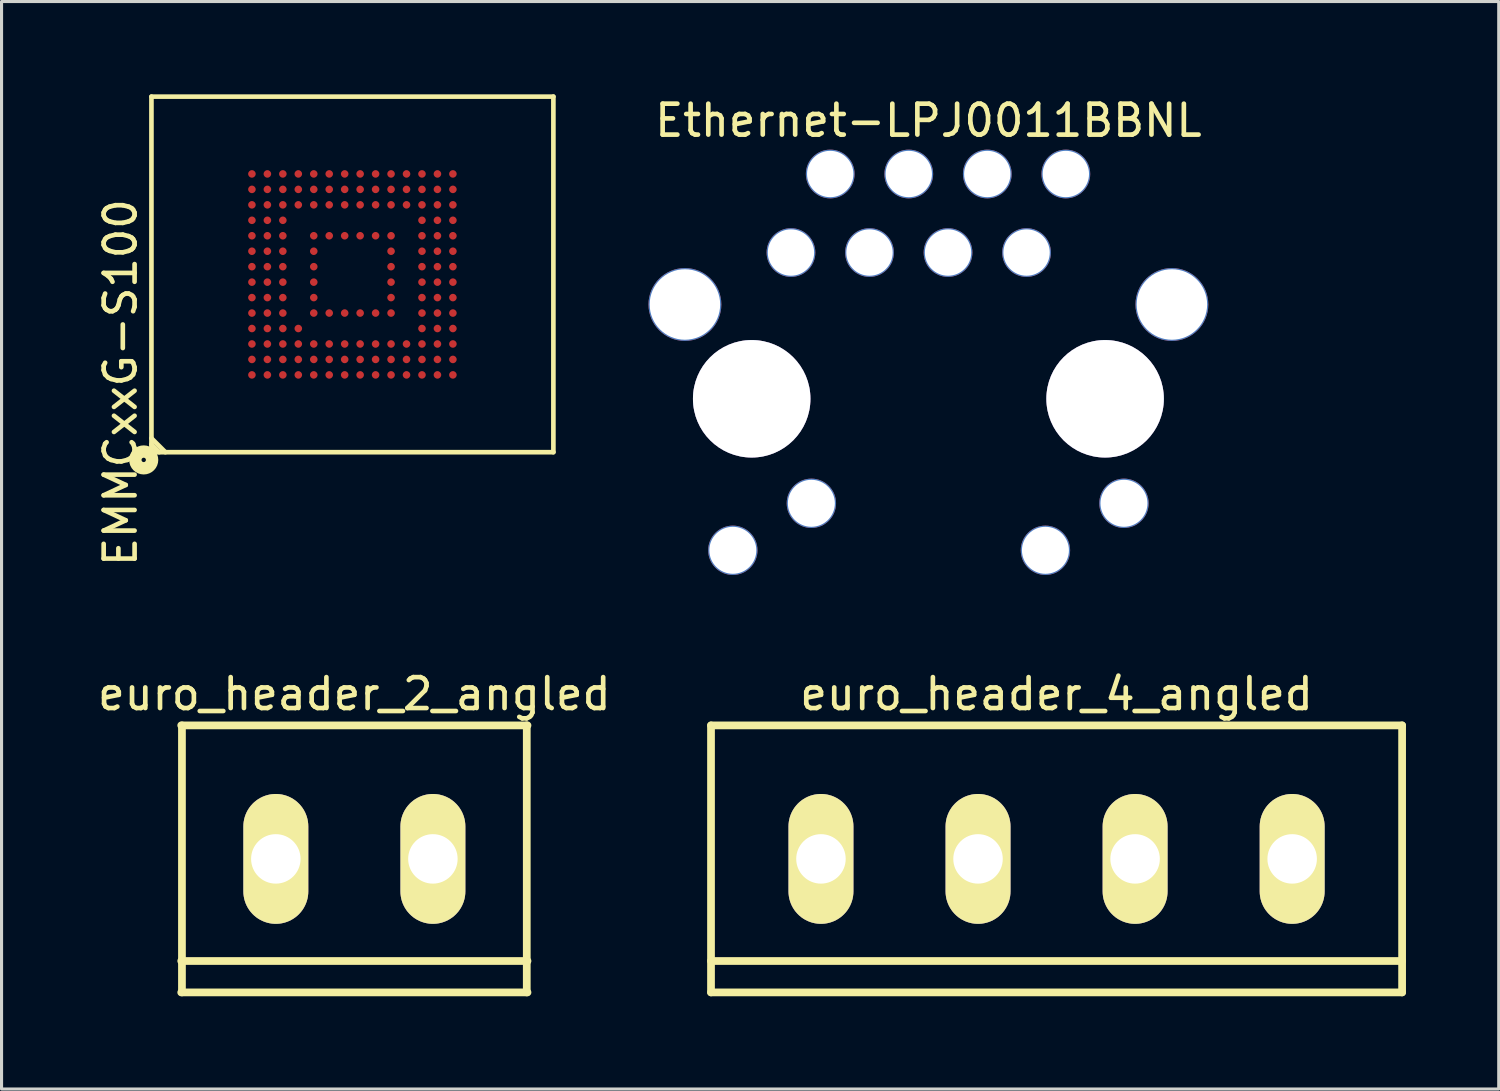
<source format=kicad_pcb>
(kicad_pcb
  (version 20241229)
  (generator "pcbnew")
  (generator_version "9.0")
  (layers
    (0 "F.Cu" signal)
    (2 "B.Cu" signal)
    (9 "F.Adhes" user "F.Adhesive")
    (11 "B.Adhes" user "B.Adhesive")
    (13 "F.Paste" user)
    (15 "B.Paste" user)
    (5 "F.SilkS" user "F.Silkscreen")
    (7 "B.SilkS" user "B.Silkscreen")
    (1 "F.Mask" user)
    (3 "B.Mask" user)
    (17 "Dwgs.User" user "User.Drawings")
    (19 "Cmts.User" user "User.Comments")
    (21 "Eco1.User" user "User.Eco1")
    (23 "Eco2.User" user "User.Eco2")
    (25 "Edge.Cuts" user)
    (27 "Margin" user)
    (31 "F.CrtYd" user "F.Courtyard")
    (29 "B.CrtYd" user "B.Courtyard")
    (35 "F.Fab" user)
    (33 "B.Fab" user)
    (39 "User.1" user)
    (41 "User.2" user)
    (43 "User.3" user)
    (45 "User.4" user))
  (footprint "euro_header_2_angled"
    (layer "F.Cu")
    (at 8.411 24.729)
    (property "Reference" "euro_header_2_angled" (at 0 -5.334 0) (layer "F.SilkS") (effects (font (size 1 1) (thickness 0.15))))
    (attr through_hole)
    (fp_line (start -5.6 3.302) (end 5.6 3.302) (stroke (width 0.25) (type solid)) (layer "F.SilkS"))
    (fp_line (start -5.6 4.318) (end 5.6 4.318) (stroke (width 0.25) (type solid)) (layer "F.SilkS"))
    (fp_line (start -5.576 -4.318) (end -5.576 4.318) (stroke (width 0.25) (type solid)) (layer "F.SilkS"))
    (fp_line (start 5.576 4.318) (end 5.576 -4.318) (stroke (width 0.25) (type solid)) (layer "F.SilkS"))
    (fp_line (start 5.6 -4.318) (end -5.6 -4.318) (stroke (width 0.25) (type solid)) (layer "F.SilkS"))
    (pad "1" thru_hole oval (at -2.54 0) (size 2.1 4.2) (drill 1.6) (layers "*.Cu" "*.Mask" "F.SilkS"))
    (pad "2" thru_hole oval (at 2.54 0) (size 2.1 4.2) (drill 1.6) (layers "*.Cu" "*.Mask" "F.SilkS")))
  (footprint "EMMCxxG-S100"
    (layer "F.Cu")
    (at 5.098 9.075)
    (property "Reference" "EMMCxxG-S100" (at -4.25 0.25 90) (layer "F.SilkS") (effects (font (size 1 1) (thickness 0.15))))
    (attr smd)
    (fp_line (start -3.25 -9) (end -3.25 2.5) (stroke (width 0.15) (type solid)) (layer "F.SilkS"))
    (fp_line (start -3.25 2.5) (end 9.75 2.5) (stroke (width 0.15) (type solid)) (layer "F.SilkS"))
    (fp_line (start -3 2.5) (end -3.25 2.25) (stroke (width 0.15) (type solid)) (layer "F.SilkS"))
    (fp_line (start -2.8 2.5) (end -3.25 2.05) (stroke (width 0.15) (type solid)) (layer "F.SilkS"))
    (fp_line (start 9.75 -9) (end -3.25 -9) (stroke (width 0.15) (type solid)) (layer "F.SilkS"))
    (fp_line (start 9.75 2.5) (end 9.75 -9) (stroke (width 0.15) (type solid)) (layer "F.SilkS"))
    (fp_circle (center -3.5 2.75) (end -3.45 2.8) (stroke (width 0.4) (type solid)) (fill no) (layer "F.SilkS"))
    (pad "A1" smd circle (at 0 0 180) (size 0.244 0.244) (layers "F.Cu" "F.Mask" "F.Paste"))
    (pad "A2" smd circle (at 0 -0.5 180) (size 0.244 0.244) (layers "F.Cu" "F.Mask" "F.Paste"))
    (pad "A3" smd circle (at 0 -1 180) (size 0.244 0.244) (layers "F.Cu" "F.Mask" "F.Paste"))
    (pad "A4" smd circle (at 0 -1.5 180) (size 0.244 0.244) (layers "F.Cu" "F.Mask" "F.Paste"))
    (pad "A5" smd circle (at 0 -2 180) (size 0.244 0.244) (layers "F.Cu" "F.Mask" "F.Paste"))
    (pad "A6" smd circle (at 0 -2.5 180) (size 0.244 0.244) (layers "F.Cu" "F.Mask" "F.Paste"))
    (pad "A7" smd circle (at 0 -3 180) (size 0.244 0.244) (layers "F.Cu" "F.Mask" "F.Paste"))
    (pad "A8" smd circle (at 0 -3.5 180) (size 0.244 0.244) (layers "F.Cu" "F.Mask" "F.Paste"))
    (pad "A9" smd circle (at 0 -4 180) (size 0.244 0.244) (layers "F.Cu" "F.Mask" "F.Paste"))
    (pad "A10" smd circle (at 0 -4.5 180) (size 0.244 0.244) (layers "F.Cu" "F.Mask" "F.Paste"))
    (pad "A11" smd circle (at 0 -5 180) (size 0.244 0.244) (layers "F.Cu" "F.Mask" "F.Paste"))
    (pad "A12" smd circle (at 0 -5.5 180) (size 0.244 0.244) (layers "F.Cu" "F.Mask" "F.Paste"))
    (pad "A13" smd circle (at 0 -6 180) (size 0.244 0.244) (layers "F.Cu" "F.Mask" "F.Paste"))
    (pad "A14" smd circle (at 0 -6.5 180) (size 0.244 0.244) (layers "F.Cu" "F.Mask" "F.Paste"))
    (pad "B1" smd circle (at 0.5 0 180) (size 0.244 0.244) (layers "F.Cu" "F.Mask" "F.Paste"))
    (pad "B2" smd circle (at 0.5 -0.5 180) (size 0.244 0.244) (layers "F.Cu" "F.Mask" "F.Paste"))
    (pad "B3" smd circle (at 0.5 -1 180) (size 0.244 0.244) (layers "F.Cu" "F.Mask" "F.Paste"))
    (pad "B4" smd circle (at 0.5 -1.5 180) (size 0.244 0.244) (layers "F.Cu" "F.Mask" "F.Paste"))
    (pad "B5" smd circle (at 0.5 -2 180) (size 0.244 0.244) (layers "F.Cu" "F.Mask" "F.Paste"))
    (pad "B6" smd circle (at 0.5 -2.5 180) (size 0.244 0.244) (layers "F.Cu" "F.Mask" "F.Paste"))
    (pad "B7" smd circle (at 0.5 -3 180) (size 0.244 0.244) (layers "F.Cu" "F.Mask" "F.Paste"))
    (pad "B8" smd circle (at 0.5 -3.5 180) (size 0.244 0.244) (layers "F.Cu" "F.Mask" "F.Paste"))
    (pad "B9" smd circle (at 0.5 -4 180) (size 0.244 0.244) (layers "F.Cu" "F.Mask" "F.Paste"))
    (pad "B10" smd circle (at 0.5 -4.5 180) (size 0.244 0.244) (layers "F.Cu" "F.Mask" "F.Paste"))
    (pad "B11" smd circle (at 0.5 -5 180) (size 0.244 0.244) (layers "F.Cu" "F.Mask" "F.Paste"))
    (pad "B12" smd circle (at 0.5 -5.5 180) (size 0.244 0.244) (layers "F.Cu" "F.Mask" "F.Paste"))
    (pad "B13" smd circle (at 0.5 -6 180) (size 0.244 0.244) (layers "F.Cu" "F.Mask" "F.Paste"))
    (pad "B14" smd circle (at 0.5 -6.5 180) (size 0.244 0.244) (layers "F.Cu" "F.Mask" "F.Paste"))
    (pad "C1" smd circle (at 1 0 180) (size 0.244 0.244) (layers "F.Cu" "F.Mask" "F.Paste"))
    (pad "C2" smd circle (at 1 -0.5 180) (size 0.244 0.244) (layers "F.Cu" "F.Mask" "F.Paste"))
    (pad "C3" smd circle (at 1 -1 180) (size 0.244 0.244) (layers "F.Cu" "F.Mask" "F.Paste"))
    (pad "C4" smd circle (at 1 -1.5 180) (size 0.244 0.244) (layers "F.Cu" "F.Mask" "F.Paste"))
    (pad "C5" smd circle (at 1 -2 180) (size 0.244 0.244) (layers "F.Cu" "F.Mask" "F.Paste"))
    (pad "C6" smd circle (at 1 -2.5 180) (size 0.244 0.244) (layers "F.Cu" "F.Mask" "F.Paste"))
    (pad "C7" smd circle (at 1 -3 180) (size 0.244 0.244) (layers "F.Cu" "F.Mask" "F.Paste"))
    (pad "C8" smd circle (at 1 -3.5 180) (size 0.244 0.244) (layers "F.Cu" "F.Mask" "F.Paste"))
    (pad "C9" smd circle (at 1 -4 180) (size 0.244 0.244) (layers "F.Cu" "F.Mask" "F.Paste"))
    (pad "C10" smd circle (at 1 -4.5 180) (size 0.244 0.244) (layers "F.Cu" "F.Mask" "F.Paste"))
    (pad "C11" smd circle (at 1 -5 180) (size 0.244 0.244) (layers "F.Cu" "F.Mask" "F.Paste"))
    (pad "C12" smd circle (at 1 -5.5 180) (size 0.244 0.244) (layers "F.Cu" "F.Mask" "F.Paste"))
    (pad "C13" smd circle (at 1 -6 180) (size 0.244 0.244) (layers "F.Cu" "F.Mask" "F.Paste"))
    (pad "C14" smd circle (at 1 -6.5 180) (size 0.244 0.244) (layers "F.Cu" "F.Mask" "F.Paste"))
    (pad "D1" smd circle (at 1.5 0 180) (size 0.244 0.244) (layers "F.Cu" "F.Mask" "F.Paste"))
    (pad "D2" smd circle (at 1.5 -0.5 180) (size 0.244 0.244) (layers "F.Cu" "F.Mask" "F.Paste"))
    (pad "D3" smd circle (at 1.5 -1 180) (size 0.244 0.244) (layers "F.Cu" "F.Mask" "F.Paste"))
    (pad "D4" smd circle (at 1.5 -1.5 180) (size 0.244 0.244) (layers "F.Cu" "F.Mask" "F.Paste"))
    (pad "D12" smd circle (at 1.5 -5.5 180) (size 0.244 0.244) (layers "F.Cu" "F.Mask" "F.Paste"))
    (pad "D13" smd circle (at 1.5 -6 180) (size 0.244 0.244) (layers "F.Cu" "F.Mask" "F.Paste"))
    (pad "D14" smd circle (at 1.5 -6.5 180) (size 0.244 0.244) (layers "F.Cu" "F.Mask" "F.Paste"))
    (pad "E1" smd circle (at 2 0 180) (size 0.244 0.244) (layers "F.Cu" "F.Mask" "F.Paste"))
    (pad "E2" smd circle (at 2 -0.5 180) (size 0.244 0.244) (layers "F.Cu" "F.Mask" "F.Paste"))
    (pad "E3" smd circle (at 2 -1 180) (size 0.244 0.244) (layers "F.Cu" "F.Mask" "F.Paste"))
    (pad "E5" smd circle (at 2 -2 180) (size 0.244 0.244) (layers "F.Cu" "F.Mask" "F.Paste"))
    (pad "E6" smd circle (at 2 -2.5 180) (size 0.244 0.244) (layers "F.Cu" "F.Mask" "F.Paste"))
    (pad "E7" smd circle (at 2 -3 180) (size 0.244 0.244) (layers "F.Cu" "F.Mask" "F.Paste"))
    (pad "E8" smd circle (at 2 -3.5 180) (size 0.244 0.244) (layers "F.Cu" "F.Mask" "F.Paste"))
    (pad "E9" smd circle (at 2 -4 180) (size 0.244 0.244) (layers "F.Cu" "F.Mask" "F.Paste"))
    (pad "E10" smd circle (at 2 -4.5 180) (size 0.244 0.244) (layers "F.Cu" "F.Mask" "F.Paste"))
    (pad "E12" smd circle (at 2 -5.5 180) (size 0.244 0.244) (layers "F.Cu" "F.Mask" "F.Paste"))
    (pad "E13" smd circle (at 2 -6 180) (size 0.244 0.244) (layers "F.Cu" "F.Mask" "F.Paste"))
    (pad "E14" smd circle (at 2 -6.5 180) (size 0.244 0.244) (layers "F.Cu" "F.Mask" "F.Paste"))
    (pad "F1" smd circle (at 2.5 0 180) (size 0.244 0.244) (layers "F.Cu" "F.Mask" "F.Paste"))
    (pad "F2" smd circle (at 2.5 -0.5 180) (size 0.244 0.244) (layers "F.Cu" "F.Mask" "F.Paste"))
    (pad "F3" smd circle (at 2.5 -1 180) (size 0.244 0.244) (layers "F.Cu" "F.Mask" "F.Paste"))
    (pad "F5" smd circle (at 2.5 -2 180) (size 0.244 0.244) (layers "F.Cu" "F.Mask" "F.Paste"))
    (pad "F10" smd circle (at 2.5 -4.5 180) (size 0.244 0.244) (layers "F.Cu" "F.Mask" "F.Paste"))
    (pad "F12" smd circle (at 2.5 -5.5 180) (size 0.244 0.244) (layers "F.Cu" "F.Mask" "F.Paste"))
    (pad "F13" smd circle (at 2.5 -6 180) (size 0.244 0.244) (layers "F.Cu" "F.Mask" "F.Paste"))
    (pad "F14" smd circle (at 2.5 -6.5 180) (size 0.244 0.244) (layers "F.Cu" "F.Mask" "F.Paste"))
    (pad "G1" smd circle (at 3 0 180) (size 0.244 0.244) (layers "F.Cu" "F.Mask" "F.Paste"))
    (pad "G2" smd circle (at 3 -0.5 180) (size 0.244 0.244) (layers "F.Cu" "F.Mask" "F.Paste"))
    (pad "G3" smd circle (at 3 -1 180) (size 0.244 0.244) (layers "F.Cu" "F.Mask" "F.Paste"))
    (pad "G5" smd circle (at 3 -2 180) (size 0.244 0.244) (layers "F.Cu" "F.Mask" "F.Paste"))
    (pad "G10" smd circle (at 3 -4.5 180) (size 0.244 0.244) (layers "F.Cu" "F.Mask" "F.Paste"))
    (pad "G12" smd circle (at 3 -5.5 180) (size 0.244 0.244) (layers "F.Cu" "F.Mask" "F.Paste"))
    (pad "G13" smd circle (at 3 -6 180) (size 0.244 0.244) (layers "F.Cu" "F.Mask" "F.Paste"))
    (pad "G14" smd circle (at 3 -6.5 180) (size 0.244 0.244) (layers "F.Cu" "F.Mask" "F.Paste"))
    (pad "H1" smd circle (at 3.5 0 180) (size 0.244 0.244) (layers "F.Cu" "F.Mask" "F.Paste"))
    (pad "H2" smd circle (at 3.5 -0.5 180) (size 0.244 0.244) (layers "F.Cu" "F.Mask" "F.Paste"))
    (pad "H3" smd circle (at 3.5 -1 180) (size 0.244 0.244) (layers "F.Cu" "F.Mask" "F.Paste"))
    (pad "H5" smd circle (at 3.5 -2 180) (size 0.244 0.244) (layers "F.Cu" "F.Mask" "F.Paste"))
    (pad "H10" smd circle (at 3.5 -4.5 180) (size 0.244 0.244) (layers "F.Cu" "F.Mask" "F.Paste"))
    (pad "H12" smd circle (at 3.5 -5.5 180) (size 0.244 0.244) (layers "F.Cu" "F.Mask" "F.Paste"))
    (pad "H13" smd circle (at 3.5 -6 180) (size 0.244 0.244) (layers "F.Cu" "F.Mask" "F.Paste"))
    (pad "H14" smd circle (at 3.5 -6.5 180) (size 0.244 0.244) (layers "F.Cu" "F.Mask" "F.Paste"))
    (pad "J1" smd circle (at 4 0 180) (size 0.244 0.244) (layers "F.Cu" "F.Mask" "F.Paste"))
    (pad "J2" smd circle (at 4 -0.5 180) (size 0.244 0.244) (layers "F.Cu" "F.Mask" "F.Paste"))
    (pad "J3" smd circle (at 4 -1 180) (size 0.244 0.244) (layers "F.Cu" "F.Mask" "F.Paste"))
    (pad "J5" smd circle (at 4 -2 180) (size 0.244 0.244) (layers "F.Cu" "F.Mask" "F.Paste"))
    (pad "J10" smd circle (at 4 -4.5 180) (size 0.244 0.244) (layers "F.Cu" "F.Mask" "F.Paste"))
    (pad "J12" smd circle (at 4 -5.5 180) (size 0.244 0.244) (layers "F.Cu" "F.Mask" "F.Paste"))
    (pad "J13" smd circle (at 4 -6 180) (size 0.244 0.244) (layers "F.Cu" "F.Mask" "F.Paste"))
    (pad "J14" smd circle (at 4 -6.5 180) (size 0.244 0.244) (layers "F.Cu" "F.Mask" "F.Paste"))
    (pad "K1" smd circle (at 4.5 0 180) (size 0.244 0.244) (layers "F.Cu" "F.Mask" "F.Paste"))
    (pad "K2" smd circle (at 4.5 -0.5 180) (size 0.244 0.244) (layers "F.Cu" "F.Mask" "F.Paste"))
    (pad "K3" smd circle (at 4.5 -1 180) (size 0.244 0.244) (layers "F.Cu" "F.Mask" "F.Paste"))
    (pad "K5" smd circle (at 4.5 -2 180) (size 0.244 0.244) (layers "F.Cu" "F.Mask" "F.Paste"))
    (pad "K6" smd circle (at 4.5 -2.5 180) (size 0.244 0.244) (layers "F.Cu" "F.Mask" "F.Paste"))
    (pad "K7" smd circle (at 4.5 -3 180) (size 0.244 0.244) (layers "F.Cu" "F.Mask" "F.Paste"))
    (pad "K8" smd circle (at 4.5 -3.5 180) (size 0.244 0.244) (layers "F.Cu" "F.Mask" "F.Paste"))
    (pad "K9" smd circle (at 4.5 -4 180) (size 0.244 0.244) (layers "F.Cu" "F.Mask" "F.Paste"))
    (pad "K10" smd circle (at 4.5 -4.5 180) (size 0.244 0.244) (layers "F.Cu" "F.Mask" "F.Paste"))
    (pad "K12" smd circle (at 4.5 -5.5 180) (size 0.244 0.244) (layers "F.Cu" "F.Mask" "F.Paste"))
    (pad "K13" smd circle (at 4.5 -6 180) (size 0.244 0.244) (layers "F.Cu" "F.Mask" "F.Paste"))
    (pad "K14" smd circle (at 4.5 -6.5 180) (size 0.244 0.244) (layers "F.Cu" "F.Mask" "F.Paste"))
    (pad "L1" smd circle (at 5 0 180) (size 0.244 0.244) (layers "F.Cu" "F.Mask" "F.Paste"))
    (pad "L2" smd circle (at 5 -0.5 180) (size 0.244 0.244) (layers "F.Cu" "F.Mask" "F.Paste"))
    (pad "L3" smd circle (at 5 -1 180) (size 0.244 0.244) (layers "F.Cu" "F.Mask" "F.Paste"))
    (pad "L12" smd circle (at 5 -5.5 180) (size 0.244 0.244) (layers "F.Cu" "F.Mask" "F.Paste"))
    (pad "L13" smd circle (at 5 -6 180) (size 0.244 0.244) (layers "F.Cu" "F.Mask" "F.Paste"))
    (pad "L14" smd circle (at 5 -6.5 180) (size 0.244 0.244) (layers "F.Cu" "F.Mask" "F.Paste"))
    (pad "M1" smd circle (at 5.5 0 180) (size 0.244 0.244) (layers "F.Cu" "F.Mask" "F.Paste"))
    (pad "M2" smd circle (at 5.5 -0.5 180) (size 0.244 0.244) (layers "F.Cu" "F.Mask" "F.Paste"))
    (pad "M3" smd circle (at 5.5 -1 180) (size 0.244 0.244) (layers "F.Cu" "F.Mask" "F.Paste"))
    (pad "M4" smd circle (at 5.5 -1.5 180) (size 0.244 0.244) (layers "F.Cu" "F.Mask" "F.Paste"))
    (pad "M5" smd circle (at 5.5 -2 180) (size 0.244 0.244) (layers "F.Cu" "F.Mask" "F.Paste"))
    (pad "M6" smd circle (at 5.5 -2.5 180) (size 0.244 0.244) (layers "F.Cu" "F.Mask" "F.Paste"))
    (pad "M7" smd circle (at 5.5 -3 180) (size 0.244 0.244) (layers "F.Cu" "F.Mask" "F.Paste"))
    (pad "M8" smd circle (at 5.5 -3.5 180) (size 0.244 0.244) (layers "F.Cu" "F.Mask" "F.Paste"))
    (pad "M9" smd circle (at 5.5 -4 180) (size 0.244 0.244) (layers "F.Cu" "F.Mask" "F.Paste"))
    (pad "M10" smd circle (at 5.5 -4.5 180) (size 0.244 0.244) (layers "F.Cu" "F.Mask" "F.Paste"))
    (pad "M11" smd circle (at 5.5 -5 180) (size 0.244 0.244) (layers "F.Cu" "F.Mask" "F.Paste"))
    (pad "M12" smd circle (at 5.5 -5.5 180) (size 0.244 0.244) (layers "F.Cu" "F.Mask" "F.Paste"))
    (pad "M13" smd circle (at 5.5 -6 180) (size 0.244 0.244) (layers "F.Cu" "F.Mask" "F.Paste"))
    (pad "M14" smd circle (at 5.5 -6.5 180) (size 0.244 0.244) (layers "F.Cu" "F.Mask" "F.Paste"))
    (pad "N1" smd circle (at 6 0 180) (size 0.244 0.244) (layers "F.Cu" "F.Mask" "F.Paste"))
    (pad "N2" smd circle (at 6 -0.5 180) (size 0.244 0.244) (layers "F.Cu" "F.Mask" "F.Paste"))
    (pad "N3" smd circle (at 6 -1 180) (size 0.244 0.244) (layers "F.Cu" "F.Mask" "F.Paste"))
    (pad "N4" smd circle (at 6 -1.5 180) (size 0.244 0.244) (layers "F.Cu" "F.Mask" "F.Paste"))
    (pad "N5" smd circle (at 6 -2 180) (size 0.244 0.244) (layers "F.Cu" "F.Mask" "F.Paste"))
    (pad "N6" smd circle (at 6 -2.5 180) (size 0.244 0.244) (layers "F.Cu" "F.Mask" "F.Paste"))
    (pad "N7" smd circle (at 6 -3 180) (size 0.244 0.244) (layers "F.Cu" "F.Mask" "F.Paste"))
    (pad "N8" smd circle (at 6 -3.5 180) (size 0.244 0.244) (layers "F.Cu" "F.Mask" "F.Paste"))
    (pad "N9" smd circle (at 6 -4 180) (size 0.244 0.244) (layers "F.Cu" "F.Mask" "F.Paste"))
    (pad "N10" smd circle (at 6 -4.5 180) (size 0.244 0.244) (layers "F.Cu" "F.Mask" "F.Paste"))
    (pad "N11" smd circle (at 6 -5 180) (size 0.244 0.244) (layers "F.Cu" "F.Mask" "F.Paste"))
    (pad "N12" smd circle (at 6 -5.5 180) (size 0.244 0.244) (layers "F.Cu" "F.Mask" "F.Paste"))
    (pad "N13" smd circle (at 6 -6 180) (size 0.244 0.244) (layers "F.Cu" "F.Mask" "F.Paste"))
    (pad "N14" smd circle (at 6 -6.5 180) (size 0.244 0.244) (layers "F.Cu" "F.Mask" "F.Paste"))
    (pad "P1" smd circle (at 6.5 0 180) (size 0.244 0.244) (layers "F.Cu" "F.Mask" "F.Paste"))
    (pad "P2" smd circle (at 6.5 -0.5 180) (size 0.244 0.244) (layers "F.Cu" "F.Mask" "F.Paste"))
    (pad "P3" smd circle (at 6.5 -1 180) (size 0.244 0.244) (layers "F.Cu" "F.Mask" "F.Paste"))
    (pad "P4" smd circle (at 6.5 -1.5 180) (size 0.244 0.244) (layers "F.Cu" "F.Mask" "F.Paste"))
    (pad "P5" smd circle (at 6.5 -2 180) (size 0.244 0.244) (layers "F.Cu" "F.Mask" "F.Paste"))
    (pad "P6" smd circle (at 6.5 -2.5 180) (size 0.244 0.244) (layers "F.Cu" "F.Mask" "F.Paste"))
    (pad "P7" smd circle (at 6.5 -3 180) (size 0.244 0.244) (layers "F.Cu" "F.Mask" "F.Paste"))
    (pad "P8" smd circle (at 6.5 -3.5 180) (size 0.244 0.244) (layers "F.Cu" "F.Mask" "F.Paste"))
    (pad "P9" smd circle (at 6.5 -4 180) (size 0.244 0.244) (layers "F.Cu" "F.Mask" "F.Paste"))
    (pad "P10" smd circle (at 6.5 -4.5 180) (size 0.244 0.244) (layers "F.Cu" "F.Mask" "F.Paste"))
    (pad "P11" smd circle (at 6.5 -5 180) (size 0.244 0.244) (layers "F.Cu" "F.Mask" "F.Paste"))
    (pad "P12" smd circle (at 6.5 -5.5 180) (size 0.244 0.244) (layers "F.Cu" "F.Mask" "F.Paste"))
    (pad "P13" smd circle (at 6.5 -6 180) (size 0.244 0.244) (layers "F.Cu" "F.Mask" "F.Paste"))
    (pad "P14" smd circle (at 6.5 -6.5 180) (size 0.244 0.244) (layers "F.Cu" "F.Mask" "F.Paste")))
  (footprint "Ethernet-LPJ0011BBNL"
    (layer "F.Cu")
    (at 26.977 9.848)
    (property "Reference" "Ethernet-LPJ0011BBNL" (at 0 -9 0) (layer "F.SilkS") (effects (font (size 1 1) (thickness 0.15))))
    (attr through_hole)
    (pad "" thru_hole circle (at -5.715 0) (size 3.8 3.8) (drill 3.8) (layers "*.Cu" "*.Mask"))
    (pad "" thru_hole circle (at 5.715 0) (size 3.8 3.8) (drill 3.8) (layers "*.Cu" "*.Mask"))
    (pad "1" thru_hole circle (at -4.445 -4.73) (size 1.577 1.577) (drill 1.5) (layers "*.Cu" "*.Mask"))
    (pad "2" thru_hole circle (at -3.175 -7.27) (size 1.577 1.577) (drill 1.5) (layers "*.Cu" "*.Mask"))
    (pad "3" thru_hole circle (at -1.905 -4.73) (size 1.577 1.577) (drill 1.5) (layers "*.Cu" "*.Mask"))
    (pad "4" thru_hole circle (at -0.635 -7.27) (size 1.577 1.577) (drill 1.5) (layers "*.Cu" "*.Mask"))
    (pad "5" thru_hole circle (at 0.635 -4.73) (size 1.577 1.577) (drill 1.5) (layers "*.Cu" "*.Mask"))
    (pad "6" thru_hole circle (at 1.905 -7.27) (size 1.577 1.577) (drill 1.5) (layers "*.Cu" "*.Mask"))
    (pad "7" thru_hole circle (at 3.175 -4.73) (size 1.577 1.577) (drill 1.5) (layers "*.Cu" "*.Mask"))
    (pad "8" thru_hole circle (at 4.445 -7.27) (size 1.577 1.577) (drill 1.5) (layers "*.Cu" "*.Mask"))
    (pad "9" thru_hole circle (at -6.325 4.9) (size 1.597 1.597) (drill 1.52) (layers "*.Cu" "*.Mask"))
    (pad "10" thru_hole circle (at -3.785 3.38) (size 1.597 1.597) (drill 1.52) (layers "*.Cu" "*.Mask"))
    (pad "11" thru_hole circle (at 3.785 4.9) (size 1.597 1.597) (drill 1.52) (layers "*.Cu" "*.Mask"))
    (pad "12" thru_hole circle (at 6.325 3.38) (size 1.597 1.597) (drill 1.52) (layers "*.Cu" "*.Mask"))
    (pad "13" thru_hole circle (at -7.875 -3.05) (size 2.357 2.357) (drill 2.28) (layers "*.Cu" "*.Mask"))
    (pad "14" thru_hole circle (at 7.875 -3.05) (size 2.357 2.357) (drill 2.28) (layers "*.Cu" "*.Mask")))
  (footprint "euro_header_4_angled"
    (layer "F.Cu")
    (at 31.122 24.729)
    (property "Reference" "euro_header_4_angled" (at 0 -5.334 0) (layer "F.SilkS") (effects (font (size 1 1) (thickness 0.15))))
    (attr through_hole)
    (fp_line (start -11.176 -4.318) (end -11.176 4.318) (stroke (width 0.25) (type solid)) (layer "F.SilkS"))
    (fp_line (start -11.176 3.302) (end 11.176 3.302) (stroke (width 0.25) (type solid)) (layer "F.SilkS"))
    (fp_line (start -11.176 4.318) (end 11.176 4.318) (stroke (width 0.25) (type solid)) (layer "F.SilkS"))
    (fp_line (start 11.176 -4.318) (end -11.176 -4.318) (stroke (width 0.25) (type solid)) (layer "F.SilkS"))
    (fp_line (start 11.176 4.318) (end 11.176 -4.318) (stroke (width 0.25) (type solid)) (layer "F.SilkS"))
    (pad "1" thru_hole oval (at -7.62 0) (size 2.1 4.2) (drill 1.6) (layers "*.Cu" "*.Mask" "F.SilkS"))
    (pad "2" thru_hole oval (at -2.54 0) (size 2.1 4.2) (drill 1.6) (layers "*.Cu" "*.Mask" "F.SilkS"))
    (pad "3" thru_hole oval (at 2.54 0) (size 2.1 4.2) (drill 1.6) (layers "*.Cu" "*.Mask" "F.SilkS"))
    (pad "4" thru_hole oval (at 7.62 0) (size 2.1 4.2) (drill 1.6) (layers "*.Cu" "*.Mask" "F.SilkS")))
  (gr_rect
    (start -3 -3)
    (end 45.423 32.172)
    (stroke (width 0.1) (type default))
    (fill no)
    (layer "Edge.Cuts")))
</source>
